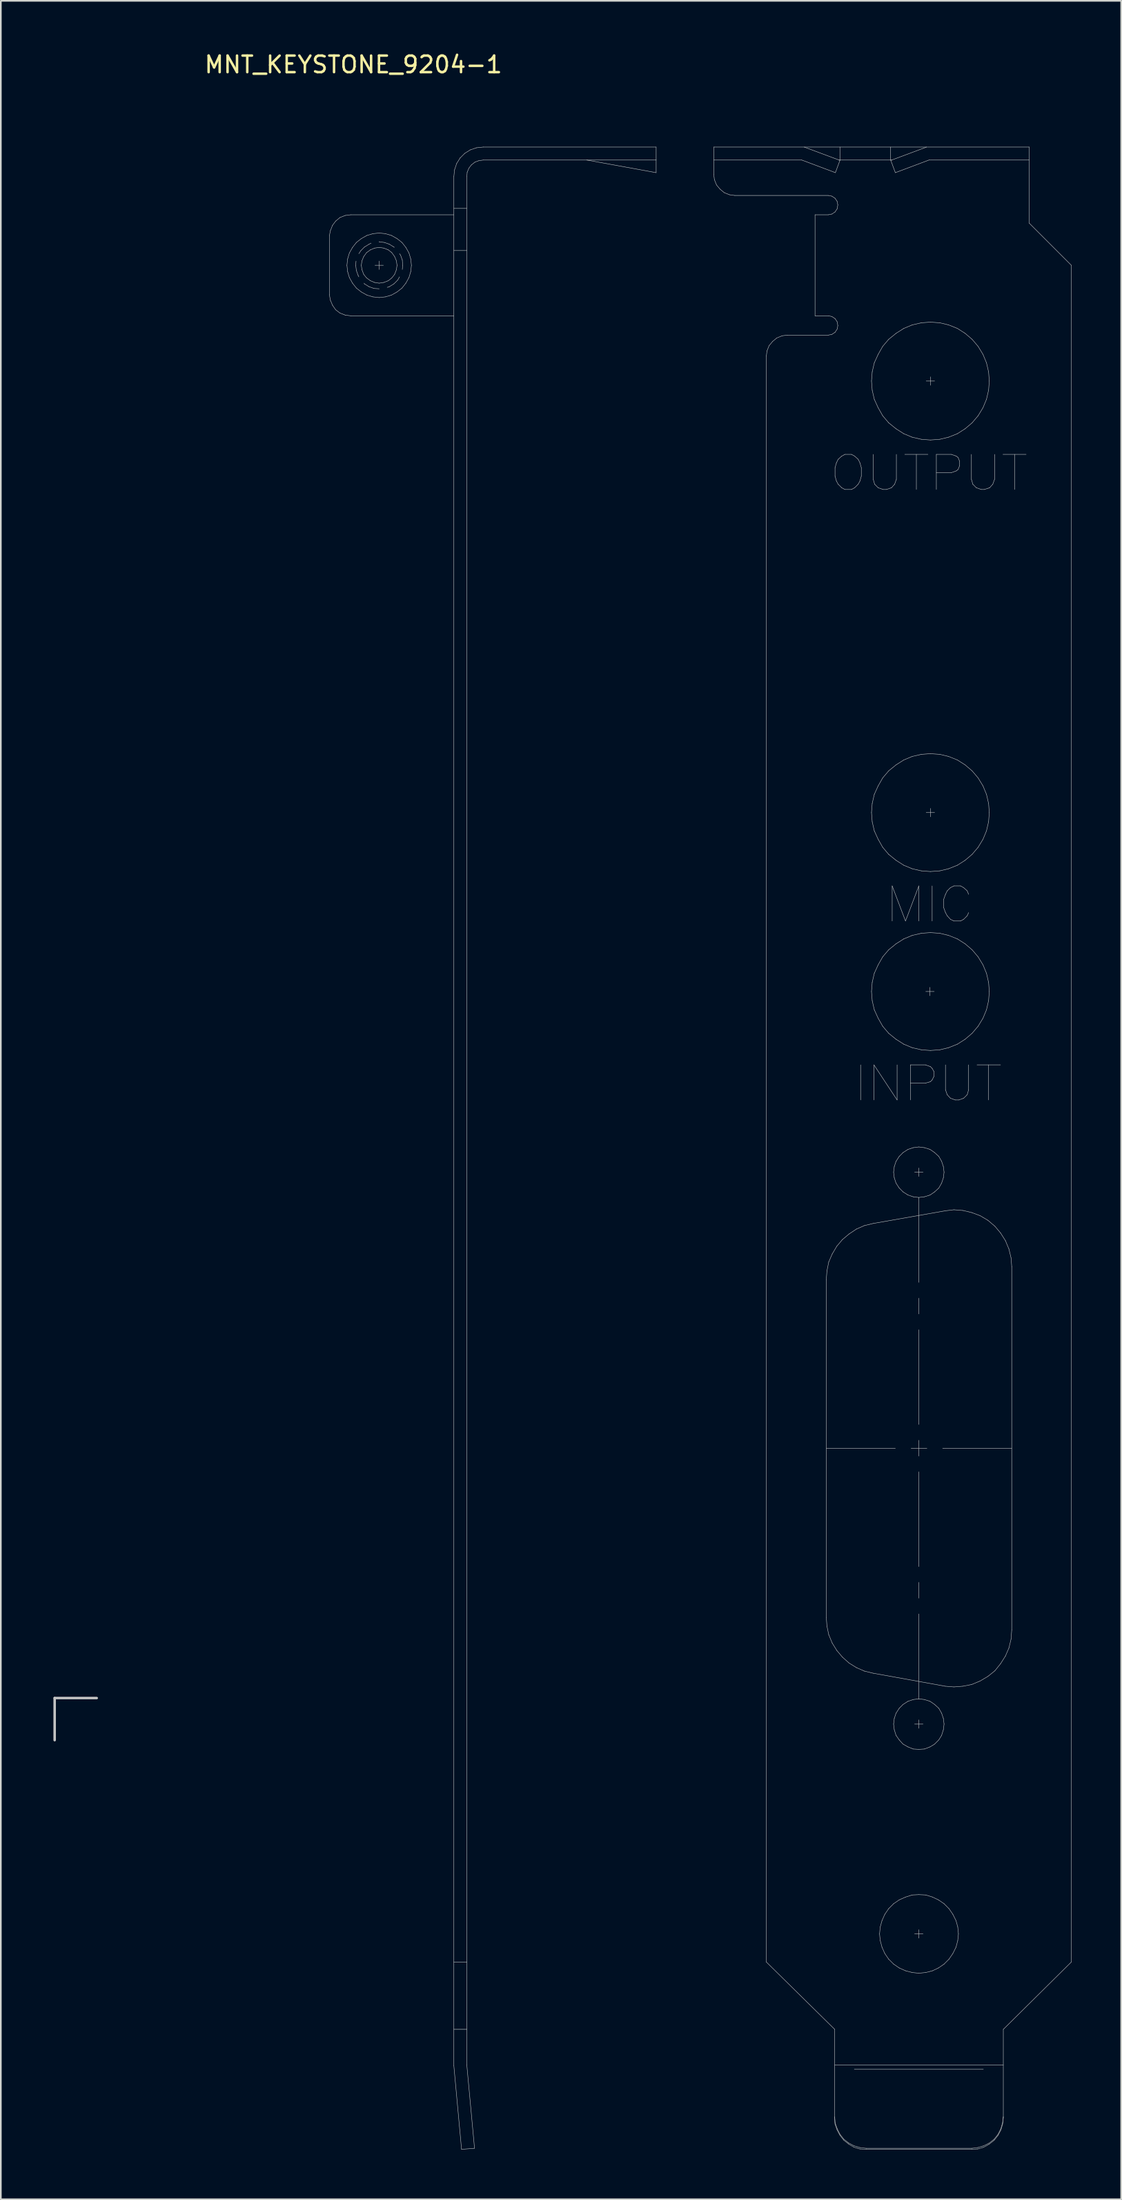
<source format=kicad_pcb>
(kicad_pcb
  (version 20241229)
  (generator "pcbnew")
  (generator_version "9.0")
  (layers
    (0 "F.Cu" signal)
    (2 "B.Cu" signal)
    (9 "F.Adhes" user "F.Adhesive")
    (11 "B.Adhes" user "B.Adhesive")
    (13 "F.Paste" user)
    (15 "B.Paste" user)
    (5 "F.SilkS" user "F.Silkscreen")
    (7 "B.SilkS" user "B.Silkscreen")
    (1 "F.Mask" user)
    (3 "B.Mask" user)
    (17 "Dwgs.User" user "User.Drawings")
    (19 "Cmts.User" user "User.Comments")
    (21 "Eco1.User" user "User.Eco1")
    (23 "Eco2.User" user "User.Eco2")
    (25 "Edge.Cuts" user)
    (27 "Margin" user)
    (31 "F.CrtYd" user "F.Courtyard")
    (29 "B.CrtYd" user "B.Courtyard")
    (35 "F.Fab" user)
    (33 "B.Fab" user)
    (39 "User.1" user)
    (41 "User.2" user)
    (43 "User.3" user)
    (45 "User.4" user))
  (footprint "MNT_KEYSTONE_9204-1"
    (layer "F.Cu")
    (at 0.25 99.4)
    (property "Reference" "MNT_KEYSTONE_9204-1" (at 18.034 -98.552 0) (layer "F.SilkS") (effects (font (size 1 1) (thickness 0.15))))
    (attr through_hole)
    (fp_line (start 0 0) (end 0 2.54) (stroke (width 0.15) (type solid)) (layer "Dwgs.User"))
    (fp_line (start 2.54 0) (end 0 0) (stroke (width 0.15) (type solid)) (layer "Dwgs.User"))
    (fp_line (start 16.587 -88.223) (end 16.65 -88.54) (stroke (width 0.025) (type solid)) (layer "Dwgs.User"))
    (fp_line (start 16.587 -84.667) (end 16.587 -88.223) (stroke (width 0.025) (type solid)) (layer "Dwgs.User"))
    (fp_line (start 16.65 -88.54) (end 16.777 -88.858) (stroke (width 0.025) (type solid)) (layer "Dwgs.User"))
    (fp_line (start 16.65 -84.328) (end 16.587 -84.667) (stroke (width 0.025) (type solid)) (layer "Dwgs.User"))
    (fp_line (start 16.777 -88.858) (end 16.968 -89.112) (stroke (width 0.025) (type solid)) (layer "Dwgs.User"))
    (fp_line (start 16.777 -84.032) (end 16.65 -84.328) (stroke (width 0.025) (type solid)) (layer "Dwgs.User"))
    (fp_line (start 16.968 -89.112) (end 17.222 -89.324) (stroke (width 0.025) (type solid)) (layer "Dwgs.User"))
    (fp_line (start 16.968 -83.757) (end 16.777 -84.032) (stroke (width 0.025) (type solid)) (layer "Dwgs.User"))
    (fp_line (start 17.222 -89.324) (end 17.54 -89.451) (stroke (width 0.025) (type solid)) (layer "Dwgs.User"))
    (fp_line (start 17.222 -83.566) (end 16.968 -83.757) (stroke (width 0.025) (type solid)) (layer "Dwgs.User"))
    (fp_line (start 17.54 -89.451) (end 17.878 -89.493) (stroke (width 0.025) (type solid)) (layer "Dwgs.User"))
    (fp_line (start 17.54 -83.439) (end 17.222 -83.566) (stroke (width 0.025) (type solid)) (layer "Dwgs.User"))
    (fp_line (start 17.645 -86.445) (end 17.688 -86.826) (stroke (width 0.025) (type solid)) (layer "Dwgs.User"))
    (fp_line (start 17.688 -86.826) (end 17.794 -87.186) (stroke (width 0.025) (type solid)) (layer "Dwgs.User"))
    (fp_line (start 17.688 -86.064) (end 17.645 -86.445) (stroke (width 0.025) (type solid)) (layer "Dwgs.User"))
    (fp_line (start 17.794 -87.186) (end 17.984 -87.524) (stroke (width 0.025) (type solid)) (layer "Dwgs.User"))
    (fp_line (start 17.794 -85.704) (end 17.688 -86.064) (stroke (width 0.025) (type solid)) (layer "Dwgs.User"))
    (fp_line (start 17.878 -89.493) (end 24.102 -89.493) (stroke (width 0.025) (type solid)) (layer "Dwgs.User"))
    (fp_line (start 17.878 -83.397) (end 17.54 -83.439) (stroke (width 0.025) (type solid)) (layer "Dwgs.User"))
    (fp_line (start 17.984 -87.524) (end 18.217 -87.821) (stroke (width 0.025) (type solid)) (layer "Dwgs.User"))
    (fp_line (start 17.984 -85.365) (end 17.794 -85.704) (stroke (width 0.025) (type solid)) (layer "Dwgs.User"))
    (fp_line (start 18.175 -86.445) (end 18.196 -86.699) (stroke (width 0.025) (type solid)) (layer "Dwgs.User"))
    (fp_line (start 18.217 -87.821) (end 18.513 -88.054) (stroke (width 0.025) (type solid)) (layer "Dwgs.User"))
    (fp_line (start 18.217 -86.127) (end 18.175 -86.445) (stroke (width 0.025) (type solid)) (layer "Dwgs.User"))
    (fp_line (start 18.217 -85.069) (end 17.984 -85.365) (stroke (width 0.025) (type solid)) (layer "Dwgs.User"))
    (fp_line (start 18.323 -85.831) (end 18.217 -86.127) (stroke (width 0.025) (type solid)) (layer "Dwgs.User"))
    (fp_line (start 18.365 -87.143) (end 18.492 -87.334) (stroke (width 0.025) (type solid)) (layer "Dwgs.User"))
    (fp_line (start 18.365 -85.746) (end 18.323 -85.831) (stroke (width 0.025) (type solid)) (layer "Dwgs.User"))
    (fp_line (start 18.492 -87.334) (end 18.704 -87.546) (stroke (width 0.025) (type solid)) (layer "Dwgs.User"))
    (fp_line (start 18.513 -88.054) (end 18.852 -88.244) (stroke (width 0.025) (type solid)) (layer "Dwgs.User"))
    (fp_line (start 18.513 -86.445) (end 18.556 -86.72) (stroke (width 0.025) (type solid)) (layer "Dwgs.User"))
    (fp_line (start 18.513 -84.836) (end 18.217 -85.069) (stroke (width 0.025) (type solid)) (layer "Dwgs.User"))
    (fp_line (start 18.556 -86.72) (end 18.661 -86.974) (stroke (width 0.025) (type solid)) (layer "Dwgs.User"))
    (fp_line (start 18.556 -86.17) (end 18.513 -86.445) (stroke (width 0.025) (type solid)) (layer "Dwgs.User"))
    (fp_line (start 18.661 -86.974) (end 18.831 -87.207) (stroke (width 0.025) (type solid)) (layer "Dwgs.User"))
    (fp_line (start 18.661 -85.894) (end 18.556 -86.17) (stroke (width 0.025) (type solid)) (layer "Dwgs.User"))
    (fp_line (start 18.704 -87.546) (end 18.979 -87.715) (stroke (width 0.025) (type solid)) (layer "Dwgs.User"))
    (fp_line (start 18.704 -85.323) (end 18.683 -85.365) (stroke (width 0.025) (type solid)) (layer "Dwgs.User"))
    (fp_line (start 18.831 -87.207) (end 19.064 -87.376) (stroke (width 0.025) (type solid)) (layer "Dwgs.User"))
    (fp_line (start 18.831 -85.683) (end 18.661 -85.894) (stroke (width 0.025) (type solid)) (layer "Dwgs.User"))
    (fp_line (start 18.852 -88.244) (end 19.212 -88.35) (stroke (width 0.025) (type solid)) (layer "Dwgs.User"))
    (fp_line (start 18.852 -84.646) (end 18.513 -84.836) (stroke (width 0.025) (type solid)) (layer "Dwgs.User"))
    (fp_line (start 18.979 -87.715) (end 19.106 -87.778) (stroke (width 0.025) (type solid)) (layer "Dwgs.User"))
    (fp_line (start 18.979 -85.154) (end 18.704 -85.323) (stroke (width 0.025) (type solid)) (layer "Dwgs.User"))
    (fp_line (start 19.064 -87.376) (end 19.318 -87.482) (stroke (width 0.025) (type solid)) (layer "Dwgs.User"))
    (fp_line (start 19.064 -85.513) (end 18.831 -85.683) (stroke (width 0.025) (type solid)) (layer "Dwgs.User"))
    (fp_line (start 19.212 -88.35) (end 19.593 -88.392) (stroke (width 0.025) (type solid)) (layer "Dwgs.User"))
    (fp_line (start 19.212 -84.54) (end 18.852 -84.646) (stroke (width 0.025) (type solid)) (layer "Dwgs.User"))
    (fp_line (start 19.275 -85.048) (end 18.979 -85.154) (stroke (width 0.025) (type solid)) (layer "Dwgs.User"))
    (fp_line (start 19.318 -87.482) (end 19.593 -87.524) (stroke (width 0.025) (type solid)) (layer "Dwgs.User"))
    (fp_line (start 19.318 -85.408) (end 19.064 -85.513) (stroke (width 0.025) (type solid)) (layer "Dwgs.User"))
    (fp_line (start 19.339 -86.445) (end 19.847 -86.445) (stroke (width 0.025) (type solid)) (layer "Dwgs.User"))
    (fp_line (start 19.593 -88.392) (end 19.974 -88.35) (stroke (width 0.025) (type solid)) (layer "Dwgs.User"))
    (fp_line (start 19.593 -87.863) (end 19.614 -87.863) (stroke (width 0.025) (type solid)) (layer "Dwgs.User"))
    (fp_line (start 19.593 -87.863) (end 19.91 -87.821) (stroke (width 0.025) (type solid)) (layer "Dwgs.User"))
    (fp_line (start 19.593 -87.524) (end 19.868 -87.482) (stroke (width 0.025) (type solid)) (layer "Dwgs.User"))
    (fp_line (start 19.593 -86.191) (end 19.593 -86.699) (stroke (width 0.025) (type solid)) (layer "Dwgs.User"))
    (fp_line (start 19.593 -85.365) (end 19.318 -85.408) (stroke (width 0.025) (type solid)) (layer "Dwgs.User"))
    (fp_line (start 19.593 -84.497) (end 19.212 -84.54) (stroke (width 0.025) (type solid)) (layer "Dwgs.User"))
    (fp_line (start 19.593 -85.027) (end 19.275 -85.048) (stroke (width 0.025) (type solid)) (layer "Dwgs.User"))
    (fp_line (start 19.868 -87.482) (end 20.143 -87.376) (stroke (width 0.025) (type solid)) (layer "Dwgs.User"))
    (fp_line (start 19.868 -85.408) (end 19.593 -85.365) (stroke (width 0.025) (type solid)) (layer "Dwgs.User"))
    (fp_line (start 19.91 -87.821) (end 20.207 -87.715) (stroke (width 0.025) (type solid)) (layer "Dwgs.User"))
    (fp_line (start 19.974 -88.35) (end 20.334 -88.244) (stroke (width 0.025) (type solid)) (layer "Dwgs.User"))
    (fp_line (start 19.974 -84.54) (end 19.593 -84.497) (stroke (width 0.025) (type solid)) (layer "Dwgs.User"))
    (fp_line (start 20.143 -87.376) (end 20.355 -87.207) (stroke (width 0.025) (type solid)) (layer "Dwgs.User"))
    (fp_line (start 20.143 -85.513) (end 19.868 -85.408) (stroke (width 0.025) (type solid)) (layer "Dwgs.User"))
    (fp_line (start 20.207 -87.715) (end 20.482 -87.546) (stroke (width 0.025) (type solid)) (layer "Dwgs.User"))
    (fp_line (start 20.207 -85.154) (end 20.08 -85.111) (stroke (width 0.025) (type solid)) (layer "Dwgs.User"))
    (fp_line (start 20.334 -88.244) (end 20.672 -88.054) (stroke (width 0.025) (type solid)) (layer "Dwgs.User"))
    (fp_line (start 20.334 -84.646) (end 19.974 -84.54) (stroke (width 0.025) (type solid)) (layer "Dwgs.User"))
    (fp_line (start 20.355 -87.207) (end 20.524 -86.974) (stroke (width 0.025) (type solid)) (layer "Dwgs.User"))
    (fp_line (start 20.355 -85.683) (end 20.143 -85.513) (stroke (width 0.025) (type solid)) (layer "Dwgs.User"))
    (fp_line (start 20.482 -87.546) (end 20.503 -87.524) (stroke (width 0.025) (type solid)) (layer "Dwgs.User"))
    (fp_line (start 20.482 -85.323) (end 20.207 -85.154) (stroke (width 0.025) (type solid)) (layer "Dwgs.User"))
    (fp_line (start 20.524 -86.974) (end 20.63 -86.72) (stroke (width 0.025) (type solid)) (layer "Dwgs.User"))
    (fp_line (start 20.524 -85.894) (end 20.355 -85.683) (stroke (width 0.025) (type solid)) (layer "Dwgs.User"))
    (fp_line (start 20.63 -86.72) (end 20.672 -86.445) (stroke (width 0.025) (type solid)) (layer "Dwgs.User"))
    (fp_line (start 20.63 -86.17) (end 20.524 -85.894) (stroke (width 0.025) (type solid)) (layer "Dwgs.User"))
    (fp_line (start 20.672 -88.054) (end 20.969 -87.821) (stroke (width 0.025) (type solid)) (layer "Dwgs.User"))
    (fp_line (start 20.672 -86.445) (end 20.63 -86.17) (stroke (width 0.025) (type solid)) (layer "Dwgs.User"))
    (fp_line (start 20.672 -84.836) (end 20.334 -84.646) (stroke (width 0.025) (type solid)) (layer "Dwgs.User"))
    (fp_line (start 20.715 -85.556) (end 20.482 -85.323) (stroke (width 0.025) (type solid)) (layer "Dwgs.User"))
    (fp_line (start 20.821 -87.143) (end 20.884 -87.059) (stroke (width 0.025) (type solid)) (layer "Dwgs.User"))
    (fp_line (start 20.821 -85.746) (end 20.715 -85.556) (stroke (width 0.025) (type solid)) (layer "Dwgs.User"))
    (fp_line (start 20.884 -87.059) (end 20.99 -86.762) (stroke (width 0.025) (type solid)) (layer "Dwgs.User"))
    (fp_line (start 20.969 -87.821) (end 21.202 -87.524) (stroke (width 0.025) (type solid)) (layer "Dwgs.User"))
    (fp_line (start 20.969 -85.069) (end 20.672 -84.836) (stroke (width 0.025) (type solid)) (layer "Dwgs.User"))
    (fp_line (start 20.99 -86.762) (end 21.011 -86.445) (stroke (width 0.025) (type solid)) (layer "Dwgs.User"))
    (fp_line (start 21.011 -86.445) (end 20.99 -86.191) (stroke (width 0.025) (type solid)) (layer "Dwgs.User"))
    (fp_line (start 21.202 -87.524) (end 21.392 -87.186) (stroke (width 0.025) (type solid)) (layer "Dwgs.User"))
    (fp_line (start 21.202 -85.365) (end 20.969 -85.069) (stroke (width 0.025) (type solid)) (layer "Dwgs.User"))
    (fp_line (start 21.392 -87.186) (end 21.498 -86.826) (stroke (width 0.025) (type solid)) (layer "Dwgs.User"))
    (fp_line (start 21.392 -85.704) (end 21.202 -85.365) (stroke (width 0.025) (type solid)) (layer "Dwgs.User"))
    (fp_line (start 21.498 -86.826) (end 21.54 -86.445) (stroke (width 0.025) (type solid)) (layer "Dwgs.User"))
    (fp_line (start 21.498 -86.064) (end 21.392 -85.704) (stroke (width 0.025) (type solid)) (layer "Dwgs.User"))
    (fp_line (start 21.54 -86.445) (end 21.498 -86.064) (stroke (width 0.025) (type solid)) (layer "Dwgs.User"))
    (fp_line (start 24.102 -91.8) (end 24.144 -92.203) (stroke (width 0.025) (type solid)) (layer "Dwgs.User"))
    (fp_line (start 24.102 -83.397) (end 17.878 -83.397) (stroke (width 0.025) (type solid)) (layer "Dwgs.User"))
    (fp_line (start 24.102 22.189) (end 24.102 -91.8) (stroke (width 0.025) (type solid)) (layer "Dwgs.User"))
    (fp_line (start 24.102 22.189) (end 24.567 27.227) (stroke (width 0.025) (type solid)) (layer "Dwgs.User"))
    (fp_line (start 24.144 -92.203) (end 24.271 -92.584) (stroke (width 0.025) (type solid)) (layer "Dwgs.User"))
    (fp_line (start 24.271 -92.584) (end 24.483 -92.922) (stroke (width 0.025) (type solid)) (layer "Dwgs.User"))
    (fp_line (start 24.483 -92.922) (end 24.758 -93.197) (stroke (width 0.025) (type solid)) (layer "Dwgs.User"))
    (fp_line (start 24.758 -93.197) (end 25.096 -93.409) (stroke (width 0.025) (type solid)) (layer "Dwgs.User"))
    (fp_line (start 24.885 -91.8) (end 24.906 -92.054) (stroke (width 0.025) (type solid)) (layer "Dwgs.User"))
    (fp_line (start 24.885 -89.874) (end 24.102 -89.874) (stroke (width 0.025) (type solid)) (layer "Dwgs.User"))
    (fp_line (start 24.885 -87.334) (end 24.102 -87.334) (stroke (width 0.025) (type solid)) (layer "Dwgs.User"))
    (fp_line (start 24.885 15.923) (end 24.102 15.923) (stroke (width 0.025) (type solid)) (layer "Dwgs.User"))
    (fp_line (start 24.885 19.988) (end 24.102 19.988) (stroke (width 0.025) (type solid)) (layer "Dwgs.User"))
    (fp_line (start 24.885 22.147) (end 24.885 -91.8) (stroke (width 0.025) (type solid)) (layer "Dwgs.User"))
    (fp_line (start 24.885 22.147) (end 25.35 27.164) (stroke (width 0.025) (type solid)) (layer "Dwgs.User"))
    (fp_line (start 24.906 -92.054) (end 25.012 -92.308) (stroke (width 0.025) (type solid)) (layer "Dwgs.User"))
    (fp_line (start 25.012 -92.308) (end 25.16 -92.499) (stroke (width 0.025) (type solid)) (layer "Dwgs.User"))
    (fp_line (start 25.096 -93.409) (end 25.477 -93.536) (stroke (width 0.025) (type solid)) (layer "Dwgs.User"))
    (fp_line (start 25.16 -92.499) (end 25.372 -92.668) (stroke (width 0.025) (type solid)) (layer "Dwgs.User"))
    (fp_line (start 25.35 27.164) (end 24.567 27.227) (stroke (width 0.025) (type solid)) (layer "Dwgs.User"))
    (fp_line (start 25.372 -92.668) (end 25.605 -92.753) (stroke (width 0.025) (type solid)) (layer "Dwgs.User"))
    (fp_line (start 25.477 -93.536) (end 25.88 -93.578) (stroke (width 0.025) (type solid)) (layer "Dwgs.User"))
    (fp_line (start 25.605 -92.753) (end 25.88 -92.795) (stroke (width 0.025) (type solid)) (layer "Dwgs.User"))
    (fp_line (start 25.88 -93.578) (end 36.315 -93.578) (stroke (width 0.025) (type solid)) (layer "Dwgs.User"))
    (fp_line (start 25.88 -92.795) (end 36.315 -92.795) (stroke (width 0.025) (type solid)) (layer "Dwgs.User"))
    (fp_line (start 36.315 -92.795) (end 36.315 -93.578) (stroke (width 0.025) (type solid)) (layer "Dwgs.User"))
    (fp_line (start 36.315 -92.795) (end 36.315 -92.033) (stroke (width 0.025) (type solid)) (layer "Dwgs.User"))
    (fp_line (start 36.315 -92.033) (end 32.124 -92.795) (stroke (width 0.025) (type solid)) (layer "Dwgs.User"))
    (fp_line (start 39.792 -93.578) (end 39.792 -91.927) (stroke (width 0.025) (type solid)) (layer "Dwgs.User"))
    (fp_line (start 39.792 -92.795) (end 45.105 -92.795) (stroke (width 0.025) (type solid)) (layer "Dwgs.User"))
    (fp_line (start 39.792 -91.927) (end 39.834 -91.61) (stroke (width 0.025) (type solid)) (layer "Dwgs.User"))
    (fp_line (start 39.834 -91.61) (end 39.961 -91.292) (stroke (width 0.025) (type solid)) (layer "Dwgs.User"))
    (fp_line (start 39.961 -91.292) (end 40.173 -91.038) (stroke (width 0.025) (type solid)) (layer "Dwgs.User"))
    (fp_line (start 40.173 -91.038) (end 40.427 -90.827) (stroke (width 0.025) (type solid)) (layer "Dwgs.User"))
    (fp_line (start 40.427 -90.827) (end 40.744 -90.7) (stroke (width 0.025) (type solid)) (layer "Dwgs.User"))
    (fp_line (start 40.744 -90.7) (end 41.062 -90.657) (stroke (width 0.025) (type solid)) (layer "Dwgs.User"))
    (fp_line (start 41.062 -90.657) (end 46.714 -90.657) (stroke (width 0.025) (type solid)) (layer "Dwgs.User"))
    (fp_line (start 42.967 15.923) (end 42.967 -80.962) (stroke (width 0.025) (type solid)) (layer "Dwgs.User"))
    (fp_line (start 43.009 -81.28) (end 42.967 -80.962) (stroke (width 0.025) (type solid)) (layer "Dwgs.User"))
    (fp_line (start 43.136 -81.597) (end 43.009 -81.28) (stroke (width 0.025) (type solid)) (layer "Dwgs.User"))
    (fp_line (start 43.348 -81.851) (end 43.136 -81.597) (stroke (width 0.025) (type solid)) (layer "Dwgs.User"))
    (fp_line (start 43.602 -82.063) (end 43.348 -81.851) (stroke (width 0.025) (type solid)) (layer "Dwgs.User"))
    (fp_line (start 43.919 -82.19) (end 43.602 -82.063) (stroke (width 0.025) (type solid)) (layer "Dwgs.User"))
    (fp_line (start 44.237 -82.232) (end 43.919 -82.19) (stroke (width 0.025) (type solid)) (layer "Dwgs.User"))
    (fp_line (start 44.237 -82.232) (end 46.714 -82.232) (stroke (width 0.025) (type solid)) (layer "Dwgs.User"))
    (fp_line (start 45.105 -92.795) (end 47.137 -92.033) (stroke (width 0.025) (type solid)) (layer "Dwgs.User"))
    (fp_line (start 45.253 -93.578) (end 47.412 -92.774) (stroke (width 0.025) (type solid)) (layer "Dwgs.User"))
    (fp_line (start 45.909 -89.493) (end 45.909 -83.397) (stroke (width 0.025) (type solid)) (layer "Dwgs.User"))
    (fp_line (start 45.909 -89.493) (end 46.714 -89.493) (stroke (width 0.025) (type solid)) (layer "Dwgs.User"))
    (fp_line (start 46.587 -15.067) (end 50.757 -15.067) (stroke (width 0.025) (type solid)) (layer "Dwgs.User"))
    (fp_line (start 46.587 -4.864) (end 46.587 -25.248) (stroke (width 0.025) (type solid)) (layer "Dwgs.User"))
    (fp_line (start 46.587 -4.864) (end 46.629 -4.334) (stroke (width 0.025) (type solid)) (layer "Dwgs.User"))
    (fp_line (start 46.629 -25.778) (end 46.587 -25.248) (stroke (width 0.025) (type solid)) (layer "Dwgs.User"))
    (fp_line (start 46.629 -4.334) (end 46.735 -3.826) (stroke (width 0.025) (type solid)) (layer "Dwgs.User"))
    (fp_line (start 46.714 -89.493) (end 46.925 -89.535) (stroke (width 0.025) (type solid)) (layer "Dwgs.User"))
    (fp_line (start 46.714 -83.397) (end 45.909 -83.397) (stroke (width 0.025) (type solid)) (layer "Dwgs.User"))
    (fp_line (start 46.714 -82.232) (end 46.925 -82.275) (stroke (width 0.025) (type solid)) (layer "Dwgs.User"))
    (fp_line (start 46.735 -26.307) (end 46.629 -25.778) (stroke (width 0.025) (type solid)) (layer "Dwgs.User"))
    (fp_line (start 46.735 -3.826) (end 46.946 -3.318) (stroke (width 0.025) (type solid)) (layer "Dwgs.User"))
    (fp_line (start 46.925 -90.615) (end 46.714 -90.657) (stroke (width 0.025) (type solid)) (layer "Dwgs.User"))
    (fp_line (start 46.925 -89.535) (end 47.116 -89.662) (stroke (width 0.025) (type solid)) (layer "Dwgs.User"))
    (fp_line (start 46.925 -83.354) (end 46.714 -83.397) (stroke (width 0.025) (type solid)) (layer "Dwgs.User"))
    (fp_line (start 46.925 -82.275) (end 47.116 -82.402) (stroke (width 0.025) (type solid)) (layer "Dwgs.User"))
    (fp_line (start 46.946 -26.794) (end 46.735 -26.307) (stroke (width 0.025) (type solid)) (layer "Dwgs.User"))
    (fp_line (start 46.946 -3.318) (end 47.222 -2.874) (stroke (width 0.025) (type solid)) (layer "Dwgs.User"))
    (fp_line (start 47.095 19.988) (end 42.967 15.923) (stroke (width 0.025) (type solid)) (layer "Dwgs.User"))
    (fp_line (start 47.095 25.258) (end 47.116 25.618) (stroke (width 0.025) (type solid)) (layer "Dwgs.User"))
    (fp_line (start 47.095 25.322) (end 47.095 19.988) (stroke (width 0.025) (type solid)) (layer "Dwgs.User"))
    (fp_line (start 47.095 25.322) (end 47.116 25.703) (stroke (width 0.025) (type solid)) (layer "Dwgs.User"))
    (fp_line (start 47.116 -90.488) (end 46.925 -90.615) (stroke (width 0.025) (type solid)) (layer "Dwgs.User"))
    (fp_line (start 47.116 -89.662) (end 47.243 -89.853) (stroke (width 0.025) (type solid)) (layer "Dwgs.User"))
    (fp_line (start 47.116 -83.227) (end 46.925 -83.354) (stroke (width 0.025) (type solid)) (layer "Dwgs.User"))
    (fp_line (start 47.116 -82.402) (end 47.243 -82.592) (stroke (width 0.025) (type solid)) (layer "Dwgs.User"))
    (fp_line (start 47.116 -74.231) (end 47.116 -73.723) (stroke (width 0.025) (type solid)) (layer "Dwgs.User"))
    (fp_line (start 47.116 -73.723) (end 47.2 -73.427) (stroke (width 0.025) (type solid)) (layer "Dwgs.User"))
    (fp_line (start 47.116 25.618) (end 47.243 25.978) (stroke (width 0.025) (type solid)) (layer "Dwgs.User"))
    (fp_line (start 47.116 25.703) (end 47.243 26.063) (stroke (width 0.025) (type solid)) (layer "Dwgs.User"))
    (fp_line (start 47.2 -74.527) (end 47.116 -74.231) (stroke (width 0.025) (type solid)) (layer "Dwgs.User"))
    (fp_line (start 47.2 -73.427) (end 47.306 -73.236) (stroke (width 0.025) (type solid)) (layer "Dwgs.User"))
    (fp_line (start 47.222 -27.259) (end 46.946 -26.794) (stroke (width 0.025) (type solid)) (layer "Dwgs.User"))
    (fp_line (start 47.222 -2.874) (end 47.56 -2.472) (stroke (width 0.025) (type solid)) (layer "Dwgs.User"))
    (fp_line (start 47.243 -90.297) (end 47.116 -90.488) (stroke (width 0.025) (type solid)) (layer "Dwgs.User"))
    (fp_line (start 47.243 -89.853) (end 47.285 -90.086) (stroke (width 0.025) (type solid)) (layer "Dwgs.User"))
    (fp_line (start 47.243 -83.037) (end 47.116 -83.227) (stroke (width 0.025) (type solid)) (layer "Dwgs.User"))
    (fp_line (start 47.243 -82.592) (end 47.285 -82.804) (stroke (width 0.025) (type solid)) (layer "Dwgs.User"))
    (fp_line (start 47.243 25.978) (end 47.412 26.317) (stroke (width 0.025) (type solid)) (layer "Dwgs.User"))
    (fp_line (start 47.243 26.063) (end 47.412 26.38) (stroke (width 0.025) (type solid)) (layer "Dwgs.User"))
    (fp_line (start 47.285 -90.086) (end 47.243 -90.297) (stroke (width 0.025) (type solid)) (layer "Dwgs.User"))
    (fp_line (start 47.285 -82.804) (end 47.243 -83.037) (stroke (width 0.025) (type solid)) (layer "Dwgs.User"))
    (fp_line (start 47.306 -74.739) (end 47.2 -74.527) (stroke (width 0.025) (type solid)) (layer "Dwgs.User"))
    (fp_line (start 47.306 -73.236) (end 47.518 -73.024) (stroke (width 0.025) (type solid)) (layer "Dwgs.User"))
    (fp_line (start 47.412 -93.578) (end 47.412 -92.795) (stroke (width 0.025) (type solid)) (layer "Dwgs.User"))
    (fp_line (start 47.412 -92.774) (end 47.137 -92.033) (stroke (width 0.025) (type solid)) (layer "Dwgs.User"))
    (fp_line (start 47.412 26.317) (end 47.645 26.613) (stroke (width 0.025) (type solid)) (layer "Dwgs.User"))
    (fp_line (start 47.412 26.38) (end 47.645 26.677) (stroke (width 0.025) (type solid)) (layer "Dwgs.User"))
    (fp_line (start 47.518 -74.929) (end 47.306 -74.739) (stroke (width 0.025) (type solid)) (layer "Dwgs.User"))
    (fp_line (start 47.518 -73.024) (end 47.709 -72.919) (stroke (width 0.025) (type solid)) (layer "Dwgs.User"))
    (fp_line (start 47.56 -27.661) (end 47.222 -27.259) (stroke (width 0.025) (type solid)) (layer "Dwgs.User"))
    (fp_line (start 47.56 -2.472) (end 47.963 -2.112) (stroke (width 0.025) (type solid)) (layer "Dwgs.User"))
    (fp_line (start 47.645 26.613) (end 47.941 26.846) (stroke (width 0.025) (type solid)) (layer "Dwgs.User"))
    (fp_line (start 47.645 26.677) (end 47.941 26.91) (stroke (width 0.025) (type solid)) (layer "Dwgs.User"))
    (fp_line (start 47.709 -75.035) (end 47.518 -74.929) (stroke (width 0.025) (type solid)) (layer "Dwgs.User"))
    (fp_line (start 47.709 -72.919) (end 48.111 -72.919) (stroke (width 0.025) (type solid)) (layer "Dwgs.User"))
    (fp_line (start 47.941 26.846) (end 48.259 27.015) (stroke (width 0.025) (type solid)) (layer "Dwgs.User"))
    (fp_line (start 47.941 26.91) (end 48.259 27.1) (stroke (width 0.025) (type solid)) (layer "Dwgs.User"))
    (fp_line (start 47.963 -28) (end 47.56 -27.661) (stroke (width 0.025) (type solid)) (layer "Dwgs.User"))
    (fp_line (start 47.963 -2.112) (end 48.407 -1.837) (stroke (width 0.025) (type solid)) (layer "Dwgs.User"))
    (fp_line (start 48.111 -75.035) (end 47.709 -75.035) (stroke (width 0.025) (type solid)) (layer "Dwgs.User"))
    (fp_line (start 48.111 -72.919) (end 48.301 -73.024) (stroke (width 0.025) (type solid)) (layer "Dwgs.User"))
    (fp_line (start 48.259 27.015) (end 48.619 27.121) (stroke (width 0.025) (type solid)) (layer "Dwgs.User"))
    (fp_line (start 48.259 27.1) (end 48.619 27.206) (stroke (width 0.025) (type solid)) (layer "Dwgs.User"))
    (fp_line (start 48.301 -74.929) (end 48.111 -75.035) (stroke (width 0.025) (type solid)) (layer "Dwgs.User"))
    (fp_line (start 48.301 -73.024) (end 48.513 -73.236) (stroke (width 0.025) (type solid)) (layer "Dwgs.User"))
    (fp_line (start 48.407 -28.296) (end 47.963 -28) (stroke (width 0.025) (type solid)) (layer "Dwgs.User"))
    (fp_line (start 48.407 -1.837) (end 48.894 -1.625) (stroke (width 0.025) (type solid)) (layer "Dwgs.User"))
    (fp_line (start 48.513 -74.739) (end 48.301 -74.929) (stroke (width 0.025) (type solid)) (layer "Dwgs.User"))
    (fp_line (start 48.513 -73.236) (end 48.619 -73.427) (stroke (width 0.025) (type solid)) (layer "Dwgs.User"))
    (fp_line (start 48.619 -74.527) (end 48.513 -74.739) (stroke (width 0.025) (type solid)) (layer "Dwgs.User"))
    (fp_line (start 48.619 -73.427) (end 48.703 -73.723) (stroke (width 0.025) (type solid)) (layer "Dwgs.User"))
    (fp_line (start 48.619 27.121) (end 49 27.164) (stroke (width 0.025) (type solid)) (layer "Dwgs.User"))
    (fp_line (start 48.619 27.206) (end 49 27.227) (stroke (width 0.025) (type solid)) (layer "Dwgs.User"))
    (fp_line (start 48.661 -38.203) (end 48.661 -36.086) (stroke (width 0.025) (type solid)) (layer "Dwgs.User"))
    (fp_line (start 48.703 -74.231) (end 48.619 -74.527) (stroke (width 0.025) (type solid)) (layer "Dwgs.User"))
    (fp_line (start 48.703 -73.723) (end 48.703 -74.231) (stroke (width 0.025) (type solid)) (layer "Dwgs.User"))
    (fp_line (start 48.894 -28.508) (end 48.407 -28.296) (stroke (width 0.025) (type solid)) (layer "Dwgs.User"))
    (fp_line (start 48.894 -1.625) (end 49.423 -1.498) (stroke (width 0.025) (type solid)) (layer "Dwgs.User"))
    (fp_line (start 49.317 -79.459) (end 49.36 -78.909) (stroke (width 0.025) (type solid)) (layer "Dwgs.User"))
    (fp_line (start 49.317 -53.423) (end 49.36 -52.872) (stroke (width 0.025) (type solid)) (layer "Dwgs.User"))
    (fp_line (start 49.317 -42.627) (end 49.36 -42.077) (stroke (width 0.025) (type solid)) (layer "Dwgs.User"))
    (fp_line (start 49.36 -80.01) (end 49.317 -79.459) (stroke (width 0.025) (type solid)) (layer "Dwgs.User"))
    (fp_line (start 49.36 -78.909) (end 49.487 -78.359) (stroke (width 0.025) (type solid)) (layer "Dwgs.User"))
    (fp_line (start 49.36 -53.973) (end 49.317 -53.423) (stroke (width 0.025) (type solid)) (layer "Dwgs.User"))
    (fp_line (start 49.36 -52.872) (end 49.487 -52.322) (stroke (width 0.025) (type solid)) (layer "Dwgs.User"))
    (fp_line (start 49.36 -43.178) (end 49.317 -42.627) (stroke (width 0.025) (type solid)) (layer "Dwgs.User"))
    (fp_line (start 49.36 -42.077) (end 49.487 -41.526) (stroke (width 0.025) (type solid)) (layer "Dwgs.User"))
    (fp_line (start 49.423 -75.035) (end 49.423 -73.532) (stroke (width 0.025) (type solid)) (layer "Dwgs.User"))
    (fp_line (start 49.423 -73.532) (end 49.508 -73.236) (stroke (width 0.025) (type solid)) (layer "Dwgs.User"))
    (fp_line (start 49.423 -28.635) (end 48.894 -28.508) (stroke (width 0.025) (type solid)) (layer "Dwgs.User"))
    (fp_line (start 49.423 -28.635) (end 53.763 -29.397) (stroke (width 0.025) (type solid)) (layer "Dwgs.User"))
    (fp_line (start 49.465 -38.203) (end 50.863 -36.086) (stroke (width 0.025) (type solid)) (layer "Dwgs.User"))
    (fp_line (start 49.465 -36.086) (end 49.465 -38.203) (stroke (width 0.025) (type solid)) (layer "Dwgs.User"))
    (fp_line (start 49.487 -80.56) (end 49.36 -80.01) (stroke (width 0.025) (type solid)) (layer "Dwgs.User"))
    (fp_line (start 49.487 -78.359) (end 49.719 -77.851) (stroke (width 0.025) (type solid)) (layer "Dwgs.User"))
    (fp_line (start 49.487 -54.524) (end 49.36 -53.973) (stroke (width 0.025) (type solid)) (layer "Dwgs.User"))
    (fp_line (start 49.487 -52.322) (end 49.719 -51.814) (stroke (width 0.025) (type solid)) (layer "Dwgs.User"))
    (fp_line (start 49.487 -43.728) (end 49.36 -43.178) (stroke (width 0.025) (type solid)) (layer "Dwgs.User"))
    (fp_line (start 49.487 -41.526) (end 49.719 -41.018) (stroke (width 0.025) (type solid)) (layer "Dwgs.User"))
    (fp_line (start 49.508 -73.236) (end 49.719 -73.024) (stroke (width 0.025) (type solid)) (layer "Dwgs.User"))
    (fp_line (start 49.719 -81.068) (end 49.487 -80.56) (stroke (width 0.025) (type solid)) (layer "Dwgs.User"))
    (fp_line (start 49.719 -77.851) (end 49.995 -77.364) (stroke (width 0.025) (type solid)) (layer "Dwgs.User"))
    (fp_line (start 49.719 -73.024) (end 50.016 -72.919) (stroke (width 0.025) (type solid)) (layer "Dwgs.User"))
    (fp_line (start 49.719 -55.032) (end 49.487 -54.524) (stroke (width 0.025) (type solid)) (layer "Dwgs.User"))
    (fp_line (start 49.719 -51.814) (end 49.995 -51.327) (stroke (width 0.025) (type solid)) (layer "Dwgs.User"))
    (fp_line (start 49.719 -44.236) (end 49.487 -43.728) (stroke (width 0.025) (type solid)) (layer "Dwgs.User"))
    (fp_line (start 49.719 -41.018) (end 49.995 -40.532) (stroke (width 0.025) (type solid)) (layer "Dwgs.User"))
    (fp_line (start 49.804 14.23) (end 49.846 14.632) (stroke (width 0.025) (type solid)) (layer "Dwgs.User"))
    (fp_line (start 49.846 13.807) (end 49.804 14.23) (stroke (width 0.025) (type solid)) (layer "Dwgs.User"))
    (fp_line (start 49.846 14.632) (end 49.952 15.034) (stroke (width 0.025) (type solid)) (layer "Dwgs.User"))
    (fp_line (start 49.952 13.426) (end 49.846 13.807) (stroke (width 0.025) (type solid)) (layer "Dwgs.User"))
    (fp_line (start 49.952 15.034) (end 50.122 15.415) (stroke (width 0.025) (type solid)) (layer "Dwgs.User"))
    (fp_line (start 49.995 -81.555) (end 49.719 -81.068) (stroke (width 0.025) (type solid)) (layer "Dwgs.User"))
    (fp_line (start 49.995 -77.364) (end 50.355 -76.94) (stroke (width 0.025) (type solid)) (layer "Dwgs.User"))
    (fp_line (start 49.995 -55.518) (end 49.719 -55.032) (stroke (width 0.025) (type solid)) (layer "Dwgs.User"))
    (fp_line (start 49.995 -51.327) (end 50.355 -50.904) (stroke (width 0.025) (type solid)) (layer "Dwgs.User"))
    (fp_line (start 49.995 -44.723) (end 49.719 -44.236) (stroke (width 0.025) (type solid)) (layer "Dwgs.User"))
    (fp_line (start 49.995 -40.532) (end 50.355 -40.108) (stroke (width 0.025) (type solid)) (layer "Dwgs.User"))
    (fp_line (start 50.016 -72.919) (end 50.228 -72.919) (stroke (width 0.025) (type solid)) (layer "Dwgs.User"))
    (fp_line (start 50.122 13.045) (end 49.952 13.426) (stroke (width 0.025) (type solid)) (layer "Dwgs.User"))
    (fp_line (start 50.122 15.415) (end 50.355 15.754) (stroke (width 0.025) (type solid)) (layer "Dwgs.User"))
    (fp_line (start 50.228 -72.919) (end 50.524 -73.024) (stroke (width 0.025) (type solid)) (layer "Dwgs.User"))
    (fp_line (start 50.355 -81.978) (end 49.995 -81.555) (stroke (width 0.025) (type solid)) (layer "Dwgs.User"))
    (fp_line (start 50.355 -76.94) (end 50.799 -76.581) (stroke (width 0.025) (type solid)) (layer "Dwgs.User"))
    (fp_line (start 50.355 -55.942) (end 49.995 -55.518) (stroke (width 0.025) (type solid)) (layer "Dwgs.User"))
    (fp_line (start 50.355 -50.904) (end 50.799 -50.544) (stroke (width 0.025) (type solid)) (layer "Dwgs.User"))
    (fp_line (start 50.355 -45.146) (end 49.995 -44.723) (stroke (width 0.025) (type solid)) (layer "Dwgs.User"))
    (fp_line (start 50.355 -40.108) (end 50.799 -39.748) (stroke (width 0.025) (type solid)) (layer "Dwgs.User"))
    (fp_line (start 50.355 12.706) (end 50.122 13.045) (stroke (width 0.025) (type solid)) (layer "Dwgs.User"))
    (fp_line (start 50.355 15.754) (end 50.651 16.05) (stroke (width 0.025) (type solid)) (layer "Dwgs.User"))
    (fp_line (start 50.46 -93.578) (end 50.46 -92.795) (stroke (width 0.025) (type solid)) (layer "Dwgs.User"))
    (fp_line (start 50.482 -92.774) (end 52.641 -93.578) (stroke (width 0.025) (type solid)) (layer "Dwgs.User"))
    (fp_line (start 50.524 -73.024) (end 50.714 -73.236) (stroke (width 0.025) (type solid)) (layer "Dwgs.User"))
    (fp_line (start 50.545 -92.795) (end 47.349 -92.795) (stroke (width 0.025) (type solid)) (layer "Dwgs.User"))
    (fp_line (start 50.566 -48.999) (end 51.371 -46.882) (stroke (width 0.025) (type solid)) (layer "Dwgs.User"))
    (fp_line (start 50.566 -46.882) (end 50.566 -48.999) (stroke (width 0.025) (type solid)) (layer "Dwgs.User"))
    (fp_line (start 50.651 -31.726) (end 50.693 -31.387) (stroke (width 0.025) (type solid)) (layer "Dwgs.User"))
    (fp_line (start 50.651 1.571) (end 50.693 1.91) (stroke (width 0.025) (type solid)) (layer "Dwgs.User"))
    (fp_line (start 50.651 12.409) (end 50.355 12.706) (stroke (width 0.025) (type solid)) (layer "Dwgs.User"))
    (fp_line (start 50.651 16.05) (end 50.99 16.283) (stroke (width 0.025) (type solid)) (layer "Dwgs.User"))
    (fp_line (start 50.693 -32.064) (end 50.651 -31.726) (stroke (width 0.025) (type solid)) (layer "Dwgs.User"))
    (fp_line (start 50.693 -31.387) (end 50.799 -31.069) (stroke (width 0.025) (type solid)) (layer "Dwgs.User"))
    (fp_line (start 50.693 1.233) (end 50.651 1.571) (stroke (width 0.025) (type solid)) (layer "Dwgs.User"))
    (fp_line (start 50.693 1.91) (end 50.799 2.249) (stroke (width 0.025) (type solid)) (layer "Dwgs.User"))
    (fp_line (start 50.714 -73.236) (end 50.82 -73.532) (stroke (width 0.025) (type solid)) (layer "Dwgs.User"))
    (fp_line (start 50.757 -92.033) (end 50.482 -92.774) (stroke (width 0.025) (type solid)) (layer "Dwgs.User"))
    (fp_line (start 50.799 -82.338) (end 50.355 -81.978) (stroke (width 0.025) (type solid)) (layer "Dwgs.User"))
    (fp_line (start 50.799 -76.581) (end 51.265 -76.284) (stroke (width 0.025) (type solid)) (layer "Dwgs.User"))
    (fp_line (start 50.799 -56.302) (end 50.355 -55.942) (stroke (width 0.025) (type solid)) (layer "Dwgs.User"))
    (fp_line (start 50.799 -50.544) (end 51.265 -50.248) (stroke (width 0.025) (type solid)) (layer "Dwgs.User"))
    (fp_line (start 50.799 -45.506) (end 50.355 -45.146) (stroke (width 0.025) (type solid)) (layer "Dwgs.User"))
    (fp_line (start 50.799 -39.748) (end 51.265 -39.452) (stroke (width 0.025) (type solid)) (layer "Dwgs.User"))
    (fp_line (start 50.799 -32.382) (end 50.693 -32.064) (stroke (width 0.025) (type solid)) (layer "Dwgs.User"))
    (fp_line (start 50.799 -31.069) (end 50.99 -30.773) (stroke (width 0.025) (type solid)) (layer "Dwgs.User"))
    (fp_line (start 50.799 0.915) (end 50.693 1.233) (stroke (width 0.025) (type solid)) (layer "Dwgs.User"))
    (fp_line (start 50.799 2.249) (end 50.99 2.524) (stroke (width 0.025) (type solid)) (layer "Dwgs.User"))
    (fp_line (start 50.82 -73.532) (end 50.82 -75.035) (stroke (width 0.025) (type solid)) (layer "Dwgs.User"))
    (fp_line (start 50.863 -36.086) (end 50.863 -38.203) (stroke (width 0.025) (type solid)) (layer "Dwgs.User"))
    (fp_line (start 50.99 -32.678) (end 50.799 -32.382) (stroke (width 0.025) (type solid)) (layer "Dwgs.User"))
    (fp_line (start 50.99 -30.773) (end 51.222 -30.54) (stroke (width 0.025) (type solid)) (layer "Dwgs.User"))
    (fp_line (start 50.99 0.619) (end 50.799 0.915) (stroke (width 0.025) (type solid)) (layer "Dwgs.User"))
    (fp_line (start 50.99 2.524) (end 51.222 2.778) (stroke (width 0.025) (type solid)) (layer "Dwgs.User"))
    (fp_line (start 50.99 12.177) (end 50.651 12.409) (stroke (width 0.025) (type solid)) (layer "Dwgs.User"))
    (fp_line (start 50.99 16.283) (end 51.371 16.453) (stroke (width 0.025) (type solid)) (layer "Dwgs.User"))
    (fp_line (start 51.222 -32.911) (end 50.99 -32.678) (stroke (width 0.025) (type solid)) (layer "Dwgs.User"))
    (fp_line (start 51.222 -30.54) (end 51.519 -30.35) (stroke (width 0.025) (type solid)) (layer "Dwgs.User"))
    (fp_line (start 51.222 0.386) (end 50.99 0.619) (stroke (width 0.025) (type solid)) (layer "Dwgs.User"))
    (fp_line (start 51.222 2.778) (end 51.519 2.947) (stroke (width 0.025) (type solid)) (layer "Dwgs.User"))
    (fp_line (start 51.265 -82.635) (end 50.799 -82.338) (stroke (width 0.025) (type solid)) (layer "Dwgs.User"))
    (fp_line (start 51.265 -76.284) (end 51.773 -76.073) (stroke (width 0.025) (type solid)) (layer "Dwgs.User"))
    (fp_line (start 51.265 -56.598) (end 50.799 -56.302) (stroke (width 0.025) (type solid)) (layer "Dwgs.User"))
    (fp_line (start 51.265 -50.248) (end 51.773 -50.036) (stroke (width 0.025) (type solid)) (layer "Dwgs.User"))
    (fp_line (start 51.265 -45.802) (end 50.799 -45.506) (stroke (width 0.025) (type solid)) (layer "Dwgs.User"))
    (fp_line (start 51.265 -39.452) (end 51.773 -39.24) (stroke (width 0.025) (type solid)) (layer "Dwgs.User"))
    (fp_line (start 51.328 -75.035) (end 52.725 -75.035) (stroke (width 0.025) (type solid)) (layer "Dwgs.User"))
    (fp_line (start 51.371 -46.882) (end 52.175 -48.999) (stroke (width 0.025) (type solid)) (layer "Dwgs.User"))
    (fp_line (start 51.371 12.007) (end 50.99 12.177) (stroke (width 0.025) (type solid)) (layer "Dwgs.User"))
    (fp_line (start 51.371 16.453) (end 51.773 16.558) (stroke (width 0.025) (type solid)) (layer "Dwgs.User"))
    (fp_line (start 51.519 -33.102) (end 51.222 -32.911) (stroke (width 0.025) (type solid)) (layer "Dwgs.User"))
    (fp_line (start 51.519 -30.35) (end 51.836 -30.244) (stroke (width 0.025) (type solid)) (layer "Dwgs.User"))
    (fp_line (start 51.519 0.196) (end 51.222 0.386) (stroke (width 0.025) (type solid)) (layer "Dwgs.User"))
    (fp_line (start 51.519 2.947) (end 51.836 3.074) (stroke (width 0.025) (type solid)) (layer "Dwgs.User"))
    (fp_line (start 51.667 -38.203) (end 52.577 -38.203) (stroke (width 0.025) (type solid)) (layer "Dwgs.User"))
    (fp_line (start 51.667 -36.086) (end 51.667 -38.203) (stroke (width 0.025) (type solid)) (layer "Dwgs.User"))
    (fp_line (start 51.709 -15.067) (end 52.662 -15.067) (stroke (width 0.025) (type solid)) (layer "Dwgs.User"))
    (fp_line (start 51.773 -82.846) (end 51.265 -82.635) (stroke (width 0.025) (type solid)) (layer "Dwgs.User"))
    (fp_line (start 51.773 -76.073) (end 52.323 -75.946) (stroke (width 0.025) (type solid)) (layer "Dwgs.User"))
    (fp_line (start 51.773 -56.81) (end 51.265 -56.598) (stroke (width 0.025) (type solid)) (layer "Dwgs.User"))
    (fp_line (start 51.773 -50.036) (end 52.323 -49.909) (stroke (width 0.025) (type solid)) (layer "Dwgs.User"))
    (fp_line (start 51.773 -46.014) (end 51.265 -45.802) (stroke (width 0.025) (type solid)) (layer "Dwgs.User"))
    (fp_line (start 51.773 -39.24) (end 52.323 -39.113) (stroke (width 0.025) (type solid)) (layer "Dwgs.User"))
    (fp_line (start 51.773 11.88) (end 51.371 12.007) (stroke (width 0.025) (type solid)) (layer "Dwgs.User"))
    (fp_line (start 51.773 16.558) (end 52.175 16.601) (stroke (width 0.025) (type solid)) (layer "Dwgs.User"))
    (fp_line (start 51.836 -33.207) (end 51.519 -33.102) (stroke (width 0.025) (type solid)) (layer "Dwgs.User"))
    (fp_line (start 51.836 -30.244) (end 52.175 -30.202) (stroke (width 0.025) (type solid)) (layer "Dwgs.User"))
    (fp_line (start 51.836 0.09) (end 51.519 0.196) (stroke (width 0.025) (type solid)) (layer "Dwgs.User"))
    (fp_line (start 51.836 3.074) (end 52.175 3.096) (stroke (width 0.025) (type solid)) (layer "Dwgs.User"))
    (fp_line (start 52.027 -75.035) (end 52.027 -72.919) (stroke (width 0.025) (type solid)) (layer "Dwgs.User"))
    (fp_line (start 52.175 -48.999) (end 52.175 -46.882) (stroke (width 0.025) (type solid)) (layer "Dwgs.User"))
    (fp_line (start 52.175 -33.25) (end 51.836 -33.207) (stroke (width 0.025) (type solid)) (layer "Dwgs.User"))
    (fp_line (start 52.175 -31.472) (end 52.175 -31.98) (stroke (width 0.025) (type solid)) (layer "Dwgs.User"))
    (fp_line (start 52.175 -30.202) (end 52.514 -30.244) (stroke (width 0.025) (type solid)) (layer "Dwgs.User"))
    (fp_line (start 52.175 -25.079) (end 52.175 -30.202) (stroke (width 0.025) (type solid)) (layer "Dwgs.User"))
    (fp_line (start 52.175 -23.174) (end 52.175 -24.126) (stroke (width 0.025) (type solid)) (layer "Dwgs.User"))
    (fp_line (start 52.175 -16.506) (end 52.175 -22.221) (stroke (width 0.025) (type solid)) (layer "Dwgs.User"))
    (fp_line (start 52.175 -14.601) (end 52.175 -15.553) (stroke (width 0.025) (type solid)) (layer "Dwgs.User"))
    (fp_line (start 52.175 -7.933) (end 52.175 -13.648) (stroke (width 0.025) (type solid)) (layer "Dwgs.User"))
    (fp_line (start 52.175 -6.028) (end 52.175 -6.98) (stroke (width 0.025) (type solid)) (layer "Dwgs.User"))
    (fp_line (start 52.175 0.047) (end 51.836 0.09) (stroke (width 0.025) (type solid)) (layer "Dwgs.User"))
    (fp_line (start 52.175 0.047) (end 52.175 -5.075) (stroke (width 0.025) (type solid)) (layer "Dwgs.User"))
    (fp_line (start 52.175 1.825) (end 52.175 1.317) (stroke (width 0.025) (type solid)) (layer "Dwgs.User"))
    (fp_line (start 52.175 3.096) (end 52.514 3.074) (stroke (width 0.025) (type solid)) (layer "Dwgs.User"))
    (fp_line (start 52.175 11.859) (end 51.773 11.88) (stroke (width 0.025) (type solid)) (layer "Dwgs.User"))
    (fp_line (start 52.175 14.484) (end 52.175 13.976) (stroke (width 0.025) (type solid)) (layer "Dwgs.User"))
    (fp_line (start 52.175 16.601) (end 52.598 16.558) (stroke (width 0.025) (type solid)) (layer "Dwgs.User"))
    (fp_line (start 52.323 -82.973) (end 51.773 -82.846) (stroke (width 0.025) (type solid)) (layer "Dwgs.User"))
    (fp_line (start 52.323 -75.946) (end 52.873 -75.903) (stroke (width 0.025) (type solid)) (layer "Dwgs.User"))
    (fp_line (start 52.323 -56.937) (end 51.773 -56.81) (stroke (width 0.025) (type solid)) (layer "Dwgs.User"))
    (fp_line (start 52.323 -49.909) (end 52.873 -49.867) (stroke (width 0.025) (type solid)) (layer "Dwgs.User"))
    (fp_line (start 52.323 -46.141) (end 51.773 -46.014) (stroke (width 0.025) (type solid)) (layer "Dwgs.User"))
    (fp_line (start 52.323 -39.113) (end 52.873 -39.071) (stroke (width 0.025) (type solid)) (layer "Dwgs.User"))
    (fp_line (start 52.429 -31.726) (end 51.921 -31.726) (stroke (width 0.025) (type solid)) (layer "Dwgs.User"))
    (fp_line (start 52.429 1.571) (end 51.921 1.571) (stroke (width 0.025) (type solid)) (layer "Dwgs.User"))
    (fp_line (start 52.429 14.23) (end 51.921 14.23) (stroke (width 0.025) (type solid)) (layer "Dwgs.User"))
    (fp_line (start 52.514 -33.207) (end 52.175 -33.25) (stroke (width 0.025) (type solid)) (layer "Dwgs.User"))
    (fp_line (start 52.514 -30.244) (end 52.852 -30.35) (stroke (width 0.025) (type solid)) (layer "Dwgs.User"))
    (fp_line (start 52.514 0.09) (end 52.175 0.047) (stroke (width 0.025) (type solid)) (layer "Dwgs.User"))
    (fp_line (start 52.514 3.074) (end 52.852 2.947) (stroke (width 0.025) (type solid)) (layer "Dwgs.User"))
    (fp_line (start 52.577 -38.203) (end 52.873 -38.097) (stroke (width 0.025) (type solid)) (layer "Dwgs.User"))
    (fp_line (start 52.577 -37.102) (end 51.667 -37.102) (stroke (width 0.025) (type solid)) (layer "Dwgs.User"))
    (fp_line (start 52.598 11.88) (end 52.175 11.859) (stroke (width 0.025) (type solid)) (layer "Dwgs.User"))
    (fp_line (start 52.598 16.558) (end 53.001 16.453) (stroke (width 0.025) (type solid)) (layer "Dwgs.User"))
    (fp_line (start 52.789 -92.795) (end 50.757 -92.033) (stroke (width 0.025) (type solid)) (layer "Dwgs.User"))
    (fp_line (start 52.848 -42.373) (end 52.848 -42.881) (stroke (width 0.025) (type solid)) (layer "Dwgs.User"))
    (fp_line (start 52.852 -33.102) (end 52.514 -33.207) (stroke (width 0.025) (type solid)) (layer "Dwgs.User"))
    (fp_line (start 52.852 -30.35) (end 53.128 -30.54) (stroke (width 0.025) (type solid)) (layer "Dwgs.User"))
    (fp_line (start 52.852 0.196) (end 52.514 0.09) (stroke (width 0.025) (type solid)) (layer "Dwgs.User"))
    (fp_line (start 52.852 2.947) (end 53.128 2.778) (stroke (width 0.025) (type solid)) (layer "Dwgs.User"))
    (fp_line (start 52.873 -83.016) (end 52.323 -82.973) (stroke (width 0.025) (type solid)) (layer "Dwgs.User"))
    (fp_line (start 52.873 -79.205) (end 52.873 -79.713) (stroke (width 0.025) (type solid)) (layer "Dwgs.User"))
    (fp_line (start 52.873 -75.903) (end 53.445 -75.946) (stroke (width 0.025) (type solid)) (layer "Dwgs.User"))
    (fp_line (start 52.873 -56.979) (end 52.323 -56.937) (stroke (width 0.025) (type solid)) (layer "Dwgs.User"))
    (fp_line (start 52.873 -53.169) (end 52.873 -53.677) (stroke (width 0.025) (type solid)) (layer "Dwgs.User"))
    (fp_line (start 52.873 -49.867) (end 53.445 -49.909) (stroke (width 0.025) (type solid)) (layer "Dwgs.User"))
    (fp_line (start 52.873 -46.183) (end 52.323 -46.141) (stroke (width 0.025) (type solid)) (layer "Dwgs.User"))
    (fp_line (start 52.873 -39.071) (end 53.445 -39.113) (stroke (width 0.025) (type solid)) (layer "Dwgs.User"))
    (fp_line (start 52.873 -38.097) (end 52.979 -37.991) (stroke (width 0.025) (type solid)) (layer "Dwgs.User"))
    (fp_line (start 52.873 -37.187) (end 52.577 -37.102) (stroke (width 0.025) (type solid)) (layer "Dwgs.User"))
    (fp_line (start 52.979 -48.999) (end 52.979 -46.882) (stroke (width 0.025) (type solid)) (layer "Dwgs.User"))
    (fp_line (start 52.979 -37.991) (end 53.085 -37.801) (stroke (width 0.025) (type solid)) (layer "Dwgs.User"))
    (fp_line (start 52.979 -37.293) (end 52.873 -37.187) (stroke (width 0.025) (type solid)) (layer "Dwgs.User"))
    (fp_line (start 53.001 12.007) (end 52.598 11.88) (stroke (width 0.025) (type solid)) (layer "Dwgs.User"))
    (fp_line (start 53.001 16.453) (end 53.36 16.283) (stroke (width 0.025) (type solid)) (layer "Dwgs.User"))
    (fp_line (start 53.085 -37.801) (end 53.085 -37.505) (stroke (width 0.025) (type solid)) (layer "Dwgs.User"))
    (fp_line (start 53.085 -37.505) (end 52.979 -37.293) (stroke (width 0.025) (type solid)) (layer "Dwgs.User"))
    (fp_line (start 53.102 -42.627) (end 52.594 -42.627) (stroke (width 0.025) (type solid)) (layer "Dwgs.User"))
    (fp_line (start 53.128 -79.459) (end 52.619 -79.459) (stroke (width 0.025) (type solid)) (layer "Dwgs.User"))
    (fp_line (start 53.128 -53.423) (end 52.619 -53.423) (stroke (width 0.025) (type solid)) (layer "Dwgs.User"))
    (fp_line (start 53.128 -32.911) (end 52.852 -33.102) (stroke (width 0.025) (type solid)) (layer "Dwgs.User"))
    (fp_line (start 53.128 -30.54) (end 53.382 -30.773) (stroke (width 0.025) (type solid)) (layer "Dwgs.User"))
    (fp_line (start 53.128 0.386) (end 52.852 0.196) (stroke (width 0.025) (type solid)) (layer "Dwgs.User"))
    (fp_line (start 53.128 2.778) (end 53.382 2.524) (stroke (width 0.025) (type solid)) (layer "Dwgs.User"))
    (fp_line (start 53.233 -75.035) (end 54.144 -75.035) (stroke (width 0.025) (type solid)) (layer "Dwgs.User"))
    (fp_line (start 53.233 -72.919) (end 53.233 -75.035) (stroke (width 0.025) (type solid)) (layer "Dwgs.User"))
    (fp_line (start 53.36 12.177) (end 53.001 12.007) (stroke (width 0.025) (type solid)) (layer "Dwgs.User"))
    (fp_line (start 53.36 16.283) (end 53.699 16.05) (stroke (width 0.025) (type solid)) (layer "Dwgs.User"))
    (fp_line (start 53.382 -32.678) (end 53.128 -32.911) (stroke (width 0.025) (type solid)) (layer "Dwgs.User"))
    (fp_line (start 53.382 -30.773) (end 53.551 -31.069) (stroke (width 0.025) (type solid)) (layer "Dwgs.User"))
    (fp_line (start 53.382 0.619) (end 53.128 0.386) (stroke (width 0.025) (type solid)) (layer "Dwgs.User"))
    (fp_line (start 53.382 2.524) (end 53.551 2.249) (stroke (width 0.025) (type solid)) (layer "Dwgs.User"))
    (fp_line (start 53.445 -82.973) (end 52.873 -83.016) (stroke (width 0.025) (type solid)) (layer "Dwgs.User"))
    (fp_line (start 53.445 -75.946) (end 53.974 -76.073) (stroke (width 0.025) (type solid)) (layer "Dwgs.User"))
    (fp_line (start 53.445 -56.937) (end 52.873 -56.979) (stroke (width 0.025) (type solid)) (layer "Dwgs.User"))
    (fp_line (start 53.445 -49.909) (end 53.974 -50.036) (stroke (width 0.025) (type solid)) (layer "Dwgs.User"))
    (fp_line (start 53.445 -46.141) (end 52.873 -46.183) (stroke (width 0.025) (type solid)) (layer "Dwgs.User"))
    (fp_line (start 53.445 -39.113) (end 53.974 -39.24) (stroke (width 0.025) (type solid)) (layer "Dwgs.User"))
    (fp_line (start 53.551 -32.382) (end 53.382 -32.678) (stroke (width 0.025) (type solid)) (layer "Dwgs.User"))
    (fp_line (start 53.551 -31.069) (end 53.657 -31.387) (stroke (width 0.025) (type solid)) (layer "Dwgs.User"))
    (fp_line (start 53.551 0.915) (end 53.382 0.619) (stroke (width 0.025) (type solid)) (layer "Dwgs.User"))
    (fp_line (start 53.551 2.249) (end 53.657 1.91) (stroke (width 0.025) (type solid)) (layer "Dwgs.User"))
    (fp_line (start 53.614 -15.067) (end 57.784 -15.067) (stroke (width 0.025) (type solid)) (layer "Dwgs.User"))
    (fp_line (start 53.657 -32.064) (end 53.551 -32.382) (stroke (width 0.025) (type solid)) (layer "Dwgs.User"))
    (fp_line (start 53.657 -31.387) (end 53.699 -31.726) (stroke (width 0.025) (type solid)) (layer "Dwgs.User"))
    (fp_line (start 53.657 1.233) (end 53.551 0.915) (stroke (width 0.025) (type solid)) (layer "Dwgs.User"))
    (fp_line (start 53.657 1.91) (end 53.699 1.571) (stroke (width 0.025) (type solid)) (layer "Dwgs.User"))
    (fp_line (start 53.678 -48.194) (end 53.678 -47.686) (stroke (width 0.025) (type solid)) (layer "Dwgs.User"))
    (fp_line (start 53.678 -47.686) (end 53.784 -47.39) (stroke (width 0.025) (type solid)) (layer "Dwgs.User"))
    (fp_line (start 53.699 -31.726) (end 53.657 -32.064) (stroke (width 0.025) (type solid)) (layer "Dwgs.User"))
    (fp_line (start 53.699 1.571) (end 53.657 1.233) (stroke (width 0.025) (type solid)) (layer "Dwgs.User"))
    (fp_line (start 53.699 12.409) (end 53.36 12.177) (stroke (width 0.025) (type solid)) (layer "Dwgs.User"))
    (fp_line (start 53.699 16.05) (end 53.995 15.754) (stroke (width 0.025) (type solid)) (layer "Dwgs.User"))
    (fp_line (start 53.763 -0.715) (end 49.423 -1.498) (stroke (width 0.025) (type solid)) (layer "Dwgs.User"))
    (fp_line (start 53.763 -0.715) (end 54.292 -0.672) (stroke (width 0.025) (type solid)) (layer "Dwgs.User"))
    (fp_line (start 53.784 -48.491) (end 53.678 -48.194) (stroke (width 0.025) (type solid)) (layer "Dwgs.User"))
    (fp_line (start 53.784 -47.39) (end 53.89 -47.199) (stroke (width 0.025) (type solid)) (layer "Dwgs.User"))
    (fp_line (start 53.784 -38.203) (end 53.784 -36.7) (stroke (width 0.025) (type solid)) (layer "Dwgs.User"))
    (fp_line (start 53.784 -36.7) (end 53.89 -36.404) (stroke (width 0.025) (type solid)) (layer "Dwgs.User"))
    (fp_line (start 53.89 -48.702) (end 53.784 -48.491) (stroke (width 0.025) (type solid)) (layer "Dwgs.User"))
    (fp_line (start 53.89 -47.199) (end 54.08 -46.988) (stroke (width 0.025) (type solid)) (layer "Dwgs.User"))
    (fp_line (start 53.89 -36.404) (end 54.08 -36.192) (stroke (width 0.025) (type solid)) (layer "Dwgs.User"))
    (fp_line (start 53.974 -82.846) (end 53.445 -82.973) (stroke (width 0.025) (type solid)) (layer "Dwgs.User"))
    (fp_line (start 53.974 -76.073) (end 54.503 -76.284) (stroke (width 0.025) (type solid)) (layer "Dwgs.User"))
    (fp_line (start 53.974 -56.81) (end 53.445 -56.937) (stroke (width 0.025) (type solid)) (layer "Dwgs.User"))
    (fp_line (start 53.974 -50.036) (end 54.503 -50.248) (stroke (width 0.025) (type solid)) (layer "Dwgs.User"))
    (fp_line (start 53.974 -46.014) (end 53.445 -46.141) (stroke (width 0.025) (type solid)) (layer "Dwgs.User"))
    (fp_line (start 53.974 -39.24) (end 54.503 -39.452) (stroke (width 0.025) (type solid)) (layer "Dwgs.User"))
    (fp_line (start 53.995 12.706) (end 53.699 12.409) (stroke (width 0.025) (type solid)) (layer "Dwgs.User"))
    (fp_line (start 53.995 15.754) (end 54.228 15.415) (stroke (width 0.025) (type solid)) (layer "Dwgs.User"))
    (fp_line (start 54.08 -48.893) (end 53.89 -48.702) (stroke (width 0.025) (type solid)) (layer "Dwgs.User"))
    (fp_line (start 54.08 -46.988) (end 54.292 -46.882) (stroke (width 0.025) (type solid)) (layer "Dwgs.User"))
    (fp_line (start 54.08 -36.192) (end 54.376 -36.086) (stroke (width 0.025) (type solid)) (layer "Dwgs.User"))
    (fp_line (start 54.144 -75.035) (end 54.44 -74.929) (stroke (width 0.025) (type solid)) (layer "Dwgs.User"))
    (fp_line (start 54.144 -73.935) (end 53.233 -73.935) (stroke (width 0.025) (type solid)) (layer "Dwgs.User"))
    (fp_line (start 54.228 13.045) (end 53.995 12.706) (stroke (width 0.025) (type solid)) (layer "Dwgs.User"))
    (fp_line (start 54.228 15.415) (end 54.419 15.034) (stroke (width 0.025) (type solid)) (layer "Dwgs.User"))
    (fp_line (start 54.292 -48.999) (end 54.08 -48.893) (stroke (width 0.025) (type solid)) (layer "Dwgs.User"))
    (fp_line (start 54.292 -46.882) (end 54.694 -46.882) (stroke (width 0.025) (type solid)) (layer "Dwgs.User"))
    (fp_line (start 54.292 -29.461) (end 53.763 -29.397) (stroke (width 0.025) (type solid)) (layer "Dwgs.User"))
    (fp_line (start 54.292 -0.672) (end 54.842 -0.715) (stroke (width 0.025) (type solid)) (layer "Dwgs.User"))
    (fp_line (start 54.376 -36.086) (end 54.588 -36.086) (stroke (width 0.025) (type solid)) (layer "Dwgs.User"))
    (fp_line (start 54.419 13.426) (end 54.228 13.045) (stroke (width 0.025) (type solid)) (layer "Dwgs.User"))
    (fp_line (start 54.419 15.034) (end 54.525 14.632) (stroke (width 0.025) (type solid)) (layer "Dwgs.User"))
    (fp_line (start 54.44 -74.929) (end 54.546 -74.845) (stroke (width 0.025) (type solid)) (layer "Dwgs.User"))
    (fp_line (start 54.44 -74.04) (end 54.144 -73.935) (stroke (width 0.025) (type solid)) (layer "Dwgs.User"))
    (fp_line (start 54.503 -82.635) (end 53.974 -82.846) (stroke (width 0.025) (type solid)) (layer "Dwgs.User"))
    (fp_line (start 54.503 -76.284) (end 54.969 -76.581) (stroke (width 0.025) (type solid)) (layer "Dwgs.User"))
    (fp_line (start 54.503 -56.598) (end 53.974 -56.81) (stroke (width 0.025) (type solid)) (layer "Dwgs.User"))
    (fp_line (start 54.503 -50.248) (end 54.969 -50.544) (stroke (width 0.025) (type solid)) (layer "Dwgs.User"))
    (fp_line (start 54.503 -45.802) (end 53.974 -46.014) (stroke (width 0.025) (type solid)) (layer "Dwgs.User"))
    (fp_line (start 54.503 -39.452) (end 54.969 -39.748) (stroke (width 0.025) (type solid)) (layer "Dwgs.User"))
    (fp_line (start 54.525 13.807) (end 54.419 13.426) (stroke (width 0.025) (type solid)) (layer "Dwgs.User"))
    (fp_line (start 54.525 14.632) (end 54.567 14.23) (stroke (width 0.025) (type solid)) (layer "Dwgs.User"))
    (fp_line (start 54.546 -74.845) (end 54.63 -74.633) (stroke (width 0.025) (type solid)) (layer "Dwgs.User"))
    (fp_line (start 54.546 -74.125) (end 54.44 -74.04) (stroke (width 0.025) (type solid)) (layer "Dwgs.User"))
    (fp_line (start 54.567 14.23) (end 54.525 13.807) (stroke (width 0.025) (type solid)) (layer "Dwgs.User"))
    (fp_line (start 54.588 -36.086) (end 54.884 -36.192) (stroke (width 0.025) (type solid)) (layer "Dwgs.User"))
    (fp_line (start 54.63 -74.633) (end 54.63 -74.337) (stroke (width 0.025) (type solid)) (layer "Dwgs.User"))
    (fp_line (start 54.63 -74.337) (end 54.546 -74.125) (stroke (width 0.025) (type solid)) (layer "Dwgs.User"))
    (fp_line (start 54.694 -48.999) (end 54.292 -48.999) (stroke (width 0.025) (type solid)) (layer "Dwgs.User"))
    (fp_line (start 54.694 -46.882) (end 54.884 -46.988) (stroke (width 0.025) (type solid)) (layer "Dwgs.User"))
    (fp_line (start 54.842 -29.418) (end 54.292 -29.461) (stroke (width 0.025) (type solid)) (layer "Dwgs.User"))
    (fp_line (start 54.842 -0.715) (end 55.371 -0.82) (stroke (width 0.025) (type solid)) (layer "Dwgs.User"))
    (fp_line (start 54.884 -48.893) (end 54.694 -48.999) (stroke (width 0.025) (type solid)) (layer "Dwgs.User"))
    (fp_line (start 54.884 -46.988) (end 55.096 -47.199) (stroke (width 0.025) (type solid)) (layer "Dwgs.User"))
    (fp_line (start 54.884 -36.192) (end 55.096 -36.404) (stroke (width 0.025) (type solid)) (layer "Dwgs.User"))
    (fp_line (start 54.969 -82.338) (end 54.503 -82.635) (stroke (width 0.025) (type solid)) (layer "Dwgs.User"))
    (fp_line (start 54.969 -76.581) (end 55.392 -76.94) (stroke (width 0.025) (type solid)) (layer "Dwgs.User"))
    (fp_line (start 54.969 -56.302) (end 54.503 -56.598) (stroke (width 0.025) (type solid)) (layer "Dwgs.User"))
    (fp_line (start 54.969 -50.544) (end 55.392 -50.904) (stroke (width 0.025) (type solid)) (layer "Dwgs.User"))
    (fp_line (start 54.969 -45.506) (end 54.503 -45.802) (stroke (width 0.025) (type solid)) (layer "Dwgs.User"))
    (fp_line (start 54.969 -39.748) (end 55.392 -40.108) (stroke (width 0.025) (type solid)) (layer "Dwgs.User"))
    (fp_line (start 55.096 -48.702) (end 54.884 -48.893) (stroke (width 0.025) (type solid)) (layer "Dwgs.User"))
    (fp_line (start 55.096 -47.199) (end 55.181 -47.39) (stroke (width 0.025) (type solid)) (layer "Dwgs.User"))
    (fp_line (start 55.096 -36.404) (end 55.181 -36.7) (stroke (width 0.025) (type solid)) (layer "Dwgs.User"))
    (fp_line (start 55.181 -48.491) (end 55.096 -48.702) (stroke (width 0.025) (type solid)) (layer "Dwgs.User"))
    (fp_line (start 55.181 -36.7) (end 55.181 -38.203) (stroke (width 0.025) (type solid)) (layer "Dwgs.User"))
    (fp_line (start 55.35 -75.035) (end 55.35 -73.532) (stroke (width 0.025) (type solid)) (layer "Dwgs.User"))
    (fp_line (start 55.35 -73.532) (end 55.435 -73.236) (stroke (width 0.025) (type solid)) (layer "Dwgs.User"))
    (fp_line (start 55.371 -29.291) (end 54.842 -29.418) (stroke (width 0.025) (type solid)) (layer "Dwgs.User"))
    (fp_line (start 55.371 -0.82) (end 55.879 -1.032) (stroke (width 0.025) (type solid)) (layer "Dwgs.User"))
    (fp_line (start 55.371 27.164) (end 49 27.164) (stroke (width 0.025) (type solid)) (layer "Dwgs.User"))
    (fp_line (start 55.371 27.164) (end 55.731 27.121) (stroke (width 0.025) (type solid)) (layer "Dwgs.User"))
    (fp_line (start 55.371 27.227) (end 49 27.227) (stroke (width 0.025) (type solid)) (layer "Dwgs.User"))
    (fp_line (start 55.371 27.227) (end 55.731 27.206) (stroke (width 0.025) (type solid)) (layer "Dwgs.User"))
    (fp_line (start 55.392 -81.978) (end 54.969 -82.338) (stroke (width 0.025) (type solid)) (layer "Dwgs.User"))
    (fp_line (start 55.392 -76.94) (end 55.752 -77.364) (stroke (width 0.025) (type solid)) (layer "Dwgs.User"))
    (fp_line (start 55.392 -55.942) (end 54.969 -56.302) (stroke (width 0.025) (type solid)) (layer "Dwgs.User"))
    (fp_line (start 55.392 -50.904) (end 55.752 -51.327) (stroke (width 0.025) (type solid)) (layer "Dwgs.User"))
    (fp_line (start 55.392 -45.146) (end 54.969 -45.506) (stroke (width 0.025) (type solid)) (layer "Dwgs.User"))
    (fp_line (start 55.392 -40.108) (end 55.752 -40.532) (stroke (width 0.025) (type solid)) (layer "Dwgs.User"))
    (fp_line (start 55.435 -73.236) (end 55.646 -73.024) (stroke (width 0.025) (type solid)) (layer "Dwgs.User"))
    (fp_line (start 55.646 -73.024) (end 55.943 -72.919) (stroke (width 0.025) (type solid)) (layer "Dwgs.User"))
    (fp_line (start 55.689 -38.203) (end 57.107 -38.203) (stroke (width 0.025) (type solid)) (layer "Dwgs.User"))
    (fp_line (start 55.731 27.121) (end 56.091 27.015) (stroke (width 0.025) (type solid)) (layer "Dwgs.User"))
    (fp_line (start 55.731 27.206) (end 56.091 27.1) (stroke (width 0.025) (type solid)) (layer "Dwgs.User"))
    (fp_line (start 55.752 -81.555) (end 55.392 -81.978) (stroke (width 0.025) (type solid)) (layer "Dwgs.User"))
    (fp_line (start 55.752 -77.364) (end 56.049 -77.851) (stroke (width 0.025) (type solid)) (layer "Dwgs.User"))
    (fp_line (start 55.752 -55.518) (end 55.392 -55.942) (stroke (width 0.025) (type solid)) (layer "Dwgs.User"))
    (fp_line (start 55.752 -51.327) (end 56.049 -51.814) (stroke (width 0.025) (type solid)) (layer "Dwgs.User"))
    (fp_line (start 55.752 -44.723) (end 55.392 -45.146) (stroke (width 0.025) (type solid)) (layer "Dwgs.User"))
    (fp_line (start 55.752 -40.532) (end 56.049 -41.018) (stroke (width 0.025) (type solid)) (layer "Dwgs.User"))
    (fp_line (start 55.879 -29.101) (end 55.371 -29.291) (stroke (width 0.025) (type solid)) (layer "Dwgs.User"))
    (fp_line (start 55.879 -1.032) (end 56.345 -1.307) (stroke (width 0.025) (type solid)) (layer "Dwgs.User"))
    (fp_line (start 55.943 -72.919) (end 56.133 -72.919) (stroke (width 0.025) (type solid)) (layer "Dwgs.User"))
    (fp_line (start 56.049 -81.068) (end 55.752 -81.555) (stroke (width 0.025) (type solid)) (layer "Dwgs.User"))
    (fp_line (start 56.049 -77.851) (end 56.26 -78.359) (stroke (width 0.025) (type solid)) (layer "Dwgs.User"))
    (fp_line (start 56.049 -55.032) (end 55.752 -55.518) (stroke (width 0.025) (type solid)) (layer "Dwgs.User"))
    (fp_line (start 56.049 -51.814) (end 56.26 -52.322) (stroke (width 0.025) (type solid)) (layer "Dwgs.User"))
    (fp_line (start 56.049 -44.236) (end 55.752 -44.723) (stroke (width 0.025) (type solid)) (layer "Dwgs.User"))
    (fp_line (start 56.049 -41.018) (end 56.26 -41.526) (stroke (width 0.025) (type solid)) (layer "Dwgs.User"))
    (fp_line (start 56.07 22.401) (end 48.28 22.401) (stroke (width 0.025) (type solid)) (layer "Dwgs.User"))
    (fp_line (start 56.091 27.015) (end 56.43 26.846) (stroke (width 0.025) (type solid)) (layer "Dwgs.User"))
    (fp_line (start 56.091 27.1) (end 56.43 26.91) (stroke (width 0.025) (type solid)) (layer "Dwgs.User"))
    (fp_line (start 56.133 -72.919) (end 56.451 -73.024) (stroke (width 0.025) (type solid)) (layer "Dwgs.User"))
    (fp_line (start 56.26 -80.56) (end 56.049 -81.068) (stroke (width 0.025) (type solid)) (layer "Dwgs.User"))
    (fp_line (start 56.26 -78.359) (end 56.387 -78.909) (stroke (width 0.025) (type solid)) (layer "Dwgs.User"))
    (fp_line (start 56.26 -54.524) (end 56.049 -55.032) (stroke (width 0.025) (type solid)) (layer "Dwgs.User"))
    (fp_line (start 56.26 -52.322) (end 56.387 -52.872) (stroke (width 0.025) (type solid)) (layer "Dwgs.User"))
    (fp_line (start 56.26 -43.728) (end 56.049 -44.236) (stroke (width 0.025) (type solid)) (layer "Dwgs.User"))
    (fp_line (start 56.26 -41.526) (end 56.387 -42.077) (stroke (width 0.025) (type solid)) (layer "Dwgs.User"))
    (fp_line (start 56.345 -28.826) (end 55.879 -29.101) (stroke (width 0.025) (type solid)) (layer "Dwgs.User"))
    (fp_line (start 56.345 -1.307) (end 56.768 -1.646) (stroke (width 0.025) (type solid)) (layer "Dwgs.User"))
    (fp_line (start 56.387 -80.01) (end 56.26 -80.56) (stroke (width 0.025) (type solid)) (layer "Dwgs.User"))
    (fp_line (start 56.387 -78.909) (end 56.43 -79.459) (stroke (width 0.025) (type solid)) (layer "Dwgs.User"))
    (fp_line (start 56.387 -53.973) (end 56.26 -54.524) (stroke (width 0.025) (type solid)) (layer "Dwgs.User"))
    (fp_line (start 56.387 -52.872) (end 56.43 -53.423) (stroke (width 0.025) (type solid)) (layer "Dwgs.User"))
    (fp_line (start 56.387 -43.178) (end 56.26 -43.728) (stroke (width 0.025) (type solid)) (layer "Dwgs.User"))
    (fp_line (start 56.387 -42.077) (end 56.43 -42.627) (stroke (width 0.025) (type solid)) (layer "Dwgs.User"))
    (fp_line (start 56.387 -38.203) (end 56.387 -36.086) (stroke (width 0.025) (type solid)) (layer "Dwgs.User"))
    (fp_line (start 56.43 -79.459) (end 56.387 -80.01) (stroke (width 0.025) (type solid)) (layer "Dwgs.User"))
    (fp_line (start 56.43 -53.423) (end 56.387 -53.973) (stroke (width 0.025) (type solid)) (layer "Dwgs.User"))
    (fp_line (start 56.43 -42.627) (end 56.387 -43.178) (stroke (width 0.025) (type solid)) (layer "Dwgs.User"))
    (fp_line (start 56.43 26.846) (end 56.726 26.613) (stroke (width 0.025) (type solid)) (layer "Dwgs.User"))
    (fp_line (start 56.43 26.91) (end 56.726 26.677) (stroke (width 0.025) (type solid)) (layer "Dwgs.User"))
    (fp_line (start 56.451 -73.024) (end 56.641 -73.236) (stroke (width 0.025) (type solid)) (layer "Dwgs.User"))
    (fp_line (start 56.641 -73.236) (end 56.747 -73.532) (stroke (width 0.025) (type solid)) (layer "Dwgs.User"))
    (fp_line (start 56.726 26.613) (end 56.959 26.317) (stroke (width 0.025) (type solid)) (layer "Dwgs.User"))
    (fp_line (start 56.726 26.677) (end 56.959 26.38) (stroke (width 0.025) (type solid)) (layer "Dwgs.User"))
    (fp_line (start 56.747 -73.532) (end 56.747 -75.035) (stroke (width 0.025) (type solid)) (layer "Dwgs.User"))
    (fp_line (start 56.768 -28.466) (end 56.345 -28.826) (stroke (width 0.025) (type solid)) (layer "Dwgs.User"))
    (fp_line (start 56.768 -1.646) (end 57.107 -2.069) (stroke (width 0.025) (type solid)) (layer "Dwgs.User"))
    (fp_line (start 56.959 26.317) (end 57.128 25.978) (stroke (width 0.025) (type solid)) (layer "Dwgs.User"))
    (fp_line (start 56.959 26.38) (end 57.128 26.063) (stroke (width 0.025) (type solid)) (layer "Dwgs.User"))
    (fp_line (start 57.107 -28.064) (end 56.768 -28.466) (stroke (width 0.025) (type solid)) (layer "Dwgs.User"))
    (fp_line (start 57.107 -2.069) (end 57.403 -2.535) (stroke (width 0.025) (type solid)) (layer "Dwgs.User"))
    (fp_line (start 57.128 25.978) (end 57.234 25.618) (stroke (width 0.025) (type solid)) (layer "Dwgs.User"))
    (fp_line (start 57.128 26.063) (end 57.234 25.703) (stroke (width 0.025) (type solid)) (layer "Dwgs.User"))
    (fp_line (start 57.234 25.618) (end 57.276 25.258) (stroke (width 0.025) (type solid)) (layer "Dwgs.User"))
    (fp_line (start 57.234 25.703) (end 57.276 25.322) (stroke (width 0.025) (type solid)) (layer "Dwgs.User"))
    (fp_line (start 57.255 -75.035) (end 58.652 -75.035) (stroke (width 0.025) (type solid)) (layer "Dwgs.User"))
    (fp_line (start 57.276 19.988) (end 61.383 15.923) (stroke (width 0.025) (type solid)) (layer "Dwgs.User"))
    (fp_line (start 57.276 22.147) (end 47.095 22.147) (stroke (width 0.025) (type solid)) (layer "Dwgs.User"))
    (fp_line (start 57.276 25.322) (end 57.276 19.988) (stroke (width 0.025) (type solid)) (layer "Dwgs.User"))
    (fp_line (start 57.403 -27.598) (end 57.107 -28.064) (stroke (width 0.025) (type solid)) (layer "Dwgs.User"))
    (fp_line (start 57.403 -2.535) (end 57.615 -3.022) (stroke (width 0.025) (type solid)) (layer "Dwgs.User"))
    (fp_line (start 57.615 -27.09) (end 57.403 -27.598) (stroke (width 0.025) (type solid)) (layer "Dwgs.User"))
    (fp_line (start 57.615 -3.022) (end 57.742 -3.551) (stroke (width 0.025) (type solid)) (layer "Dwgs.User"))
    (fp_line (start 57.742 -26.561) (end 57.615 -27.09) (stroke (width 0.025) (type solid)) (layer "Dwgs.User"))
    (fp_line (start 57.742 -3.551) (end 57.784 -4.102) (stroke (width 0.025) (type solid)) (layer "Dwgs.User"))
    (fp_line (start 57.784 -26.032) (end 57.742 -26.561) (stroke (width 0.025) (type solid)) (layer "Dwgs.User"))
    (fp_line (start 57.784 -26.032) (end 57.784 -4.102) (stroke (width 0.025) (type solid)) (layer "Dwgs.User"))
    (fp_line (start 57.954 -75.035) (end 57.954 -72.919) (stroke (width 0.025) (type solid)) (layer "Dwgs.User"))
    (fp_line (start 58.843 -93.578) (end 39.792 -93.578) (stroke (width 0.025) (type solid)) (layer "Dwgs.User"))
    (fp_line (start 58.843 -93.578) (end 58.843 -88.985) (stroke (width 0.025) (type solid)) (layer "Dwgs.User"))
    (fp_line (start 58.843 -92.795) (end 52.789 -92.795) (stroke (width 0.025) (type solid)) (layer "Dwgs.User"))
    (fp_line (start 58.843 -88.985) (end 61.383 -86.445) (stroke (width 0.025) (type solid)) (layer "Dwgs.User"))
    (fp_line (start 61.383 -86.445) (end 61.383 15.923) (stroke (width 0.025) (type solid)) (layer "Dwgs.User")))
  (gr_rect
    (start -3 -3)
    (end 64.645 129.64)
    (stroke (width 0.1) (type default))
    (fill no)
    (layer "Edge.Cuts")))
</source>
